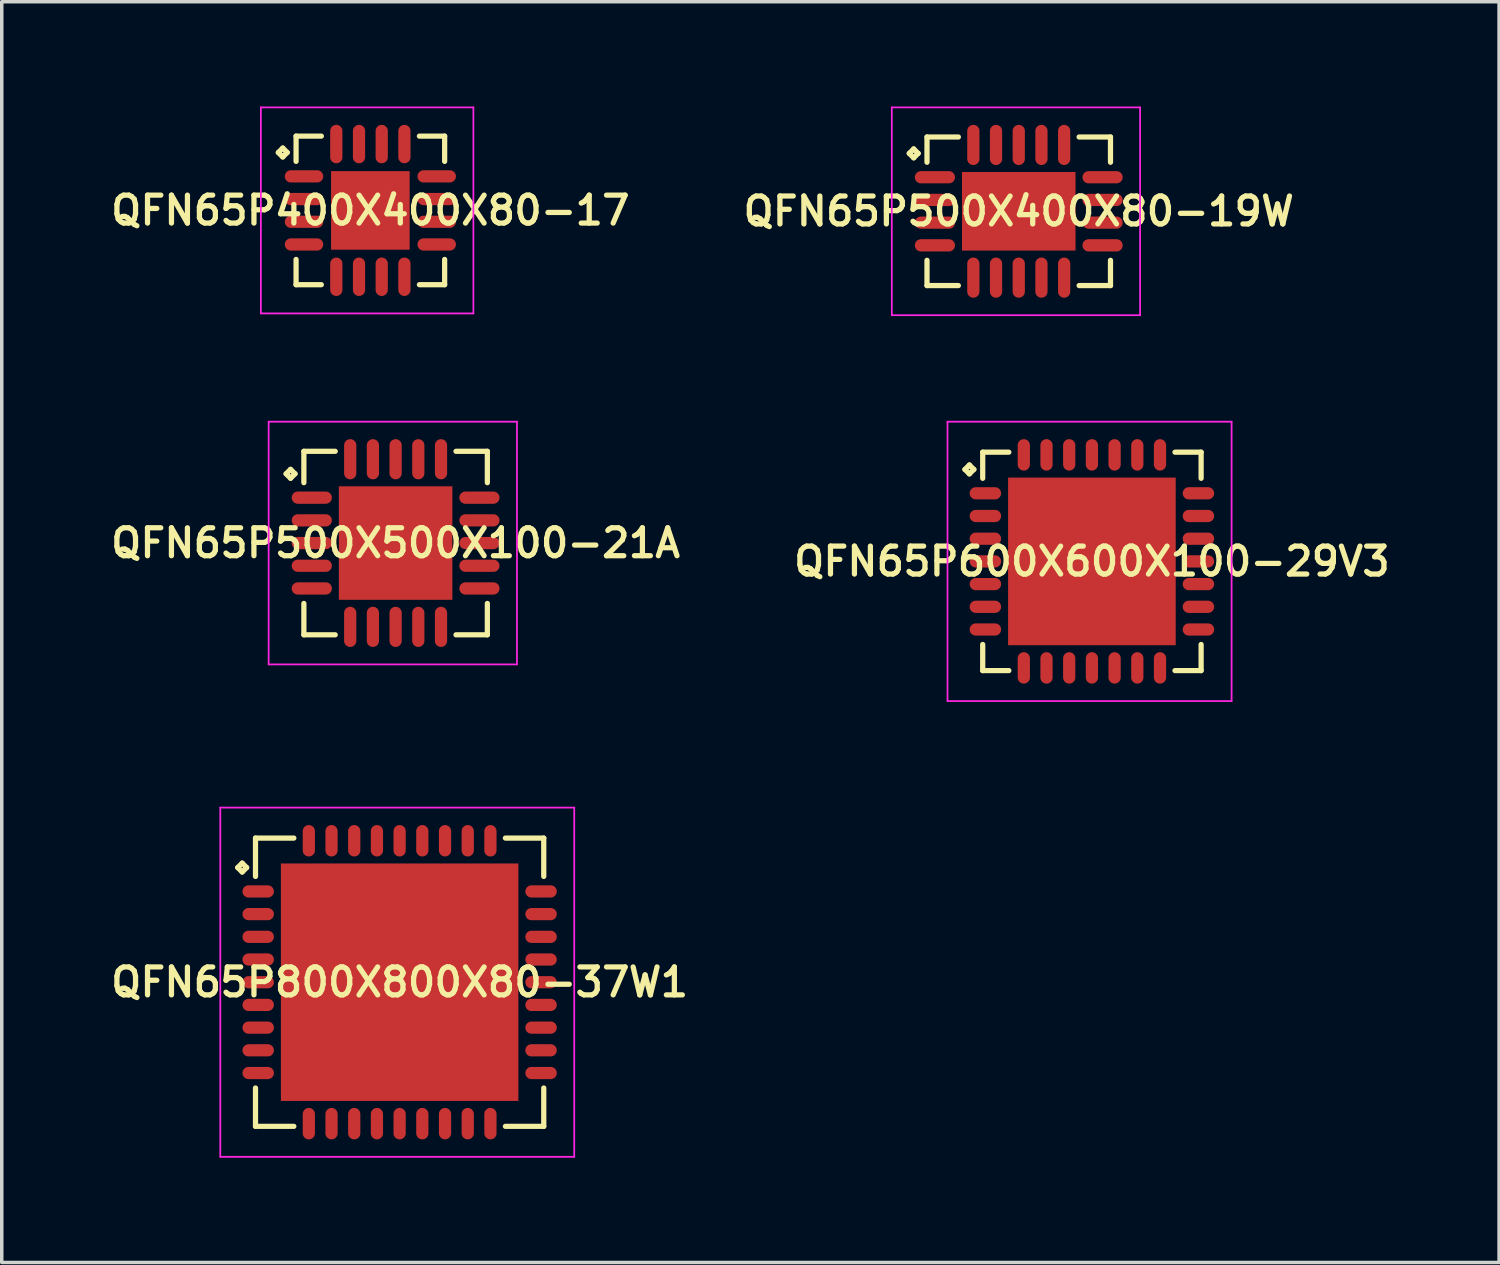
<source format=kicad_pcb>
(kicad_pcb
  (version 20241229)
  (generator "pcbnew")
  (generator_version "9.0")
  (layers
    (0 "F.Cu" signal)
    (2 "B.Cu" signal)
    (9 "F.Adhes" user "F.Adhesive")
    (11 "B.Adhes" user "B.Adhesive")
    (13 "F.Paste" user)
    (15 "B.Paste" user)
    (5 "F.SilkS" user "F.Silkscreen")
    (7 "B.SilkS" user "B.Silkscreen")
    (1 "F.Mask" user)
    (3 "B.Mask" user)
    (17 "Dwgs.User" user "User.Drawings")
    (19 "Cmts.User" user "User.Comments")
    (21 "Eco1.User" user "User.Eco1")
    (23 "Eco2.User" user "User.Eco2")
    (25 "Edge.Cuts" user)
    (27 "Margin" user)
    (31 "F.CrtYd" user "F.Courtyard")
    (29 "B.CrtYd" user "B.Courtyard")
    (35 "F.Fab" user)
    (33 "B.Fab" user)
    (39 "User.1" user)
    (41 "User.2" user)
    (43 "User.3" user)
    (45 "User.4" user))
  (footprint "QFN65P800X800X80-37W1"
    (layer "F.Cu")
    (at 8.393 25.075)
    (property "Reference" "QFN65P800X800X80-37W1" (at 0 0 0) (layer "F.SilkS") (effects (font (size 0.8 0.8) (thickness 0.15))))
    (attr smd)
    (fp_line (start -4.635 -3.283) (end -4.508 -3.41) (stroke (width 0.15) (type solid)) (layer "F.SilkS"))
    (fp_line (start -4.508 -3.41) (end -4.381 -3.283) (stroke (width 0.15) (type solid)) (layer "F.SilkS"))
    (fp_line (start -4.508 -3.156) (end -4.635 -3.283) (stroke (width 0.15) (type solid)) (layer "F.SilkS"))
    (fp_line (start -4.381 -3.283) (end -4.508 -3.156) (stroke (width 0.15) (type solid)) (layer "F.SilkS"))
    (fp_line (start -4.127 -4.127) (end -3.029 -4.127) (stroke (width 0.15) (type solid)) (layer "F.SilkS"))
    (fp_line (start -4.127 -3.029) (end -4.127 -4.127) (stroke (width 0.15) (type solid)) (layer "F.SilkS"))
    (fp_line (start -4.127 3.029) (end -4.127 4.127) (stroke (width 0.15) (type solid)) (layer "F.SilkS"))
    (fp_line (start -4.127 4.127) (end -3.029 4.127) (stroke (width 0.15) (type solid)) (layer "F.SilkS"))
    (fp_line (start 3.029 -4.127) (end 4.127 -4.127) (stroke (width 0.15) (type solid)) (layer "F.SilkS"))
    (fp_line (start 3.029 4.127) (end 4.127 4.127) (stroke (width 0.15) (type solid)) (layer "F.SilkS"))
    (fp_line (start 4.127 -4.127) (end 4.127 -3.029) (stroke (width 0.15) (type solid)) (layer "F.SilkS"))
    (fp_line (start 4.127 4.127) (end 4.127 3.029) (stroke (width 0.15) (type solid)) (layer "F.SilkS"))
    (fp_line (start -5.135 -5) (end 5 -5) (stroke (width 0.05) (type solid)) (layer "F.CrtYd"))
    (fp_line (start -5.135 5) (end -5.135 -5) (stroke (width 0.05) (type solid)) (layer "F.CrtYd"))
    (fp_line (start 5 -5) (end 5 5) (stroke (width 0.05) (type solid)) (layer "F.CrtYd"))
    (fp_line (start 5 5) (end -5.135 5) (stroke (width 0.05) (type solid)) (layer "F.CrtYd"))
    (pad "1" smd oval (at -4.05 -2.6) (size 0.9 0.35) (layers "F.Cu" "F.Mask" "F.Paste"))
    (pad "2" smd oval (at -4.05 -1.95) (size 0.9 0.35) (layers "F.Cu" "F.Mask" "F.Paste"))
    (pad "3" smd oval (at -4.05 -1.3) (size 0.9 0.35) (layers "F.Cu" "F.Mask" "F.Paste"))
    (pad "4" smd oval (at -4.05 -0.65) (size 0.9 0.35) (layers "F.Cu" "F.Mask" "F.Paste"))
    (pad "5" smd oval (at -4.05 0) (size 0.9 0.35) (layers "F.Cu" "F.Mask" "F.Paste"))
    (pad "6" smd oval (at -4.05 0.65) (size 0.9 0.35) (layers "F.Cu" "F.Mask" "F.Paste"))
    (pad "7" smd oval (at -4.05 1.3) (size 0.9 0.35) (layers "F.Cu" "F.Mask" "F.Paste"))
    (pad "8" smd oval (at -4.05 1.95) (size 0.9 0.35) (layers "F.Cu" "F.Mask" "F.Paste"))
    (pad "9" smd oval (at -4.05 2.6) (size 0.9 0.35) (layers "F.Cu" "F.Mask" "F.Paste"))
    (pad "10" smd oval (at -2.6 4.05) (size 0.35 0.9) (layers "F.Cu" "F.Mask" "F.Paste"))
    (pad "11" smd oval (at -1.95 4.05) (size 0.35 0.9) (layers "F.Cu" "F.Mask" "F.Paste"))
    (pad "12" smd oval (at -1.3 4.05) (size 0.35 0.9) (layers "F.Cu" "F.Mask" "F.Paste"))
    (pad "13" smd oval (at -0.65 4.05) (size 0.35 0.9) (layers "F.Cu" "F.Mask" "F.Paste"))
    (pad "14" smd oval (at 0 4.05) (size 0.35 0.9) (layers "F.Cu" "F.Mask" "F.Paste"))
    (pad "15" smd oval (at 0.65 4.05) (size 0.35 0.9) (layers "F.Cu" "F.Mask" "F.Paste"))
    (pad "16" smd oval (at 1.3 4.05) (size 0.35 0.9) (layers "F.Cu" "F.Mask" "F.Paste"))
    (pad "17" smd oval (at 1.95 4.05) (size 0.35 0.9) (layers "F.Cu" "F.Mask" "F.Paste"))
    (pad "18" smd oval (at 2.6 4.05) (size 0.35 0.9) (layers "F.Cu" "F.Mask" "F.Paste"))
    (pad "19" smd oval (at 4.05 2.6) (size 0.9 0.35) (layers "F.Cu" "F.Mask" "F.Paste"))
    (pad "20" smd oval (at 4.05 1.95) (size 0.9 0.35) (layers "F.Cu" "F.Mask" "F.Paste"))
    (pad "21" smd oval (at 4.05 1.3) (size 0.9 0.35) (layers "F.Cu" "F.Mask" "F.Paste"))
    (pad "22" smd oval (at 4.05 0.65) (size 0.9 0.35) (layers "F.Cu" "F.Mask" "F.Paste"))
    (pad "23" smd oval (at 4.05 0) (size 0.9 0.35) (layers "F.Cu" "F.Mask" "F.Paste"))
    (pad "24" smd oval (at 4.05 -0.65) (size 0.9 0.35) (layers "F.Cu" "F.Mask" "F.Paste"))
    (pad "25" smd oval (at 4.05 -1.3) (size 0.9 0.35) (layers "F.Cu" "F.Mask" "F.Paste"))
    (pad "26" smd oval (at 4.05 -1.95) (size 0.9 0.35) (layers "F.Cu" "F.Mask" "F.Paste"))
    (pad "27" smd oval (at 4.05 -2.6) (size 0.9 0.35) (layers "F.Cu" "F.Mask" "F.Paste"))
    (pad "28" smd oval (at 2.6 -4.05) (size 0.35 0.9) (layers "F.Cu" "F.Mask" "F.Paste"))
    (pad "29" smd oval (at 1.95 -4.05) (size 0.35 0.9) (layers "F.Cu" "F.Mask" "F.Paste"))
    (pad "30" smd oval (at 1.3 -4.05) (size 0.35 0.9) (layers "F.Cu" "F.Mask" "F.Paste"))
    (pad "31" smd oval (at 0.65 -4.05) (size 0.35 0.9) (layers "F.Cu" "F.Mask" "F.Paste"))
    (pad "32" smd oval (at 0 -4.05) (size 0.35 0.9) (layers "F.Cu" "F.Mask" "F.Paste"))
    (pad "33" smd oval (at -0.65 -4.05) (size 0.35 0.9) (layers "F.Cu" "F.Mask" "F.Paste"))
    (pad "34" smd oval (at -1.3 -4.05) (size 0.35 0.9) (layers "F.Cu" "F.Mask" "F.Paste"))
    (pad "35" smd oval (at -1.95 -4.05) (size 0.35 0.9) (layers "F.Cu" "F.Mask" "F.Paste"))
    (pad "36" smd oval (at -2.6 -4.05) (size 0.35 0.9) (layers "F.Cu" "F.Mask" "F.Paste"))
    (pad "37" smd rect (at 0 0) (size 6.8 6.8) (layers "F.Cu" "F.Mask" "F.Paste")))
  (footprint "QFN65P400X400X80-17"
    (layer "F.Cu")
    (at 7.555 2.975)
    (property "Reference" "QFN65P400X400X80-17" (at 0 0 0) (layer "F.SilkS") (effects (font (size 0.8 0.8) (thickness 0.15))))
    (attr smd)
    (fp_line (start -2.635 -1.658) (end -2.508 -1.785) (stroke (width 0.15) (type solid)) (layer "F.SilkS"))
    (fp_line (start -2.508 -1.785) (end -2.381 -1.658) (stroke (width 0.15) (type solid)) (layer "F.SilkS"))
    (fp_line (start -2.508 -1.531) (end -2.635 -1.658) (stroke (width 0.15) (type solid)) (layer "F.SilkS"))
    (fp_line (start -2.381 -1.658) (end -2.508 -1.531) (stroke (width 0.15) (type solid)) (layer "F.SilkS"))
    (fp_line (start -2.127 -2.127) (end -1.404 -2.127) (stroke (width 0.15) (type solid)) (layer "F.SilkS"))
    (fp_line (start -2.127 -1.404) (end -2.127 -2.127) (stroke (width 0.15) (type solid)) (layer "F.SilkS"))
    (fp_line (start -2.127 1.404) (end -2.127 2.127) (stroke (width 0.15) (type solid)) (layer "F.SilkS"))
    (fp_line (start -2.127 2.127) (end -1.404 2.127) (stroke (width 0.15) (type solid)) (layer "F.SilkS"))
    (fp_line (start 1.404 -2.127) (end 2.127 -2.127) (stroke (width 0.15) (type solid)) (layer "F.SilkS"))
    (fp_line (start 1.404 2.127) (end 2.127 2.127) (stroke (width 0.15) (type solid)) (layer "F.SilkS"))
    (fp_line (start 2.127 -2.127) (end 2.127 -1.404) (stroke (width 0.15) (type solid)) (layer "F.SilkS"))
    (fp_line (start 2.127 2.127) (end 2.127 1.404) (stroke (width 0.15) (type solid)) (layer "F.SilkS"))
    (fp_line (start -3.135 -2.95) (end 2.95 -2.95) (stroke (width 0.05) (type solid)) (layer "F.CrtYd"))
    (fp_line (start -3.135 2.95) (end -3.135 -2.95) (stroke (width 0.05) (type solid)) (layer "F.CrtYd"))
    (fp_line (start 2.95 -2.95) (end 2.95 2.95) (stroke (width 0.05) (type solid)) (layer "F.CrtYd"))
    (fp_line (start 2.95 2.95) (end -3.135 2.95) (stroke (width 0.05) (type solid)) (layer "F.CrtYd"))
    (pad "1" smd oval (at -1.9 -0.975) (size 1.1 0.35) (layers "F.Cu" "F.Mask" "F.Paste"))
    (pad "2" smd oval (at -1.9 -0.325) (size 1.1 0.35) (layers "F.Cu" "F.Mask" "F.Paste"))
    (pad "3" smd oval (at -1.9 0.325) (size 1.1 0.35) (layers "F.Cu" "F.Mask" "F.Paste"))
    (pad "4" smd oval (at -1.9 0.975) (size 1.1 0.35) (layers "F.Cu" "F.Mask" "F.Paste"))
    (pad "5" smd oval (at -0.975 1.9) (size 0.35 1.1) (layers "F.Cu" "F.Mask" "F.Paste"))
    (pad "6" smd oval (at -0.325 1.9) (size 0.35 1.1) (layers "F.Cu" "F.Mask" "F.Paste"))
    (pad "7" smd oval (at 0.325 1.9) (size 0.35 1.1) (layers "F.Cu" "F.Mask" "F.Paste"))
    (pad "8" smd oval (at 0.975 1.9) (size 0.35 1.1) (layers "F.Cu" "F.Mask" "F.Paste"))
    (pad "9" smd oval (at 1.9 0.975) (size 1.1 0.35) (layers "F.Cu" "F.Mask" "F.Paste"))
    (pad "10" smd oval (at 1.9 0.325) (size 1.1 0.35) (layers "F.Cu" "F.Mask" "F.Paste"))
    (pad "11" smd oval (at 1.9 -0.325) (size 1.1 0.35) (layers "F.Cu" "F.Mask" "F.Paste"))
    (pad "12" smd oval (at 1.9 -0.975) (size 1.1 0.35) (layers "F.Cu" "F.Mask" "F.Paste"))
    (pad "13" smd oval (at 0.975 -1.9) (size 0.35 1.1) (layers "F.Cu" "F.Mask" "F.Paste"))
    (pad "14" smd oval (at 0.325 -1.9) (size 0.35 1.1) (layers "F.Cu" "F.Mask" "F.Paste"))
    (pad "15" smd oval (at -0.325 -1.9) (size 0.35 1.1) (layers "F.Cu" "F.Mask" "F.Paste"))
    (pad "16" smd oval (at -0.975 -1.9) (size 0.35 1.1) (layers "F.Cu" "F.Mask" "F.Paste"))
    (pad "17" smd rect (at 0 0) (size 2.25 2.25) (layers "F.Cu" "F.Mask" "F.Paste")))
  (footprint "QFN65P500X500X100-21A"
    (layer "F.Cu")
    (at 8.278 12.5)
    (property "Reference" "QFN65P500X500X100-21A" (at 0 0 0) (layer "F.SilkS") (effects (font (size 0.8 0.8) (thickness 0.15))))
    (attr smd)
    (fp_line (start -3.135 -1.983) (end -3.008 -2.11) (stroke (width 0.15) (type solid)) (layer "F.SilkS"))
    (fp_line (start -3.008 -2.11) (end -2.881 -1.983) (stroke (width 0.15) (type solid)) (layer "F.SilkS"))
    (fp_line (start -3.008 -1.856) (end -3.135 -1.983) (stroke (width 0.15) (type solid)) (layer "F.SilkS"))
    (fp_line (start -2.881 -1.983) (end -3.008 -1.856) (stroke (width 0.15) (type solid)) (layer "F.SilkS"))
    (fp_line (start -2.627 -2.627) (end -1.729 -2.627) (stroke (width 0.15) (type solid)) (layer "F.SilkS"))
    (fp_line (start -2.627 -1.729) (end -2.627 -2.627) (stroke (width 0.15) (type solid)) (layer "F.SilkS"))
    (fp_line (start -2.627 1.729) (end -2.627 2.627) (stroke (width 0.15) (type solid)) (layer "F.SilkS"))
    (fp_line (start -2.627 2.627) (end -1.729 2.627) (stroke (width 0.15) (type solid)) (layer "F.SilkS"))
    (fp_line (start 1.729 -2.627) (end 2.627 -2.627) (stroke (width 0.15) (type solid)) (layer "F.SilkS"))
    (fp_line (start 1.729 2.627) (end 2.627 2.627) (stroke (width 0.15) (type solid)) (layer "F.SilkS"))
    (fp_line (start 2.627 -2.627) (end 2.627 -1.729) (stroke (width 0.15) (type solid)) (layer "F.SilkS"))
    (fp_line (start 2.627 2.627) (end 2.627 1.729) (stroke (width 0.15) (type solid)) (layer "F.SilkS"))
    (fp_line (start -3.635 -3.475) (end 3.475 -3.475) (stroke (width 0.05) (type solid)) (layer "F.CrtYd"))
    (fp_line (start -3.635 3.475) (end -3.635 -3.475) (stroke (width 0.05) (type solid)) (layer "F.CrtYd"))
    (fp_line (start 3.475 -3.475) (end 3.475 3.475) (stroke (width 0.05) (type solid)) (layer "F.CrtYd"))
    (fp_line (start 3.475 3.475) (end -3.635 3.475) (stroke (width 0.05) (type solid)) (layer "F.CrtYd"))
    (pad "1" smd oval (at -2.4 -1.3) (size 1.15 0.35) (layers "F.Cu" "F.Mask" "F.Paste"))
    (pad "2" smd oval (at -2.4 -0.65) (size 1.15 0.35) (layers "F.Cu" "F.Mask" "F.Paste"))
    (pad "3" smd oval (at -2.4 0) (size 1.15 0.35) (layers "F.Cu" "F.Mask" "F.Paste"))
    (pad "4" smd oval (at -2.4 0.65) (size 1.15 0.35) (layers "F.Cu" "F.Mask" "F.Paste"))
    (pad "5" smd oval (at -2.4 1.3) (size 1.15 0.35) (layers "F.Cu" "F.Mask" "F.Paste"))
    (pad "6" smd oval (at -1.3 2.4) (size 0.35 1.15) (layers "F.Cu" "F.Mask" "F.Paste"))
    (pad "7" smd oval (at -0.65 2.4) (size 0.35 1.15) (layers "F.Cu" "F.Mask" "F.Paste"))
    (pad "8" smd oval (at 0 2.4) (size 0.35 1.15) (layers "F.Cu" "F.Mask" "F.Paste"))
    (pad "9" smd oval (at 0.65 2.4) (size 0.35 1.15) (layers "F.Cu" "F.Mask" "F.Paste"))
    (pad "10" smd oval (at 1.3 2.4) (size 0.35 1.15) (layers "F.Cu" "F.Mask" "F.Paste"))
    (pad "11" smd oval (at 2.4 1.3) (size 1.15 0.35) (layers "F.Cu" "F.Mask" "F.Paste"))
    (pad "12" smd oval (at 2.4 0.65) (size 1.15 0.35) (layers "F.Cu" "F.Mask" "F.Paste"))
    (pad "13" smd oval (at 2.4 0) (size 1.15 0.35) (layers "F.Cu" "F.Mask" "F.Paste"))
    (pad "14" smd oval (at 2.4 -0.65) (size 1.15 0.35) (layers "F.Cu" "F.Mask" "F.Paste"))
    (pad "15" smd oval (at 2.4 -1.3) (size 1.15 0.35) (layers "F.Cu" "F.Mask" "F.Paste"))
    (pad "16" smd oval (at 1.3 -2.4) (size 0.35 1.15) (layers "F.Cu" "F.Mask" "F.Paste"))
    (pad "17" smd oval (at 0.65 -2.4) (size 0.35 1.15) (layers "F.Cu" "F.Mask" "F.Paste"))
    (pad "18" smd oval (at 0 -2.4) (size 0.35 1.15) (layers "F.Cu" "F.Mask" "F.Paste"))
    (pad "19" smd oval (at -0.65 -2.4) (size 0.35 1.15) (layers "F.Cu" "F.Mask" "F.Paste"))
    (pad "20" smd oval (at -1.3 -2.4) (size 0.35 1.15) (layers "F.Cu" "F.Mask" "F.Paste"))
    (pad "21" smd rect (at 0 0) (size 3.25 3.25) (layers "F.Cu" "F.Mask" "F.Paste")))
  (footprint "QFN65P600X600X100-29V3"
    (layer "F.Cu")
    (at 28.216 13.025)
    (property "Reference" "QFN65P600X600X100-29V3" (at 0 0 0) (layer "F.SilkS") (effects (font (size 0.8 0.8) (thickness 0.15))))
    (attr smd)
    (fp_line (start -3.635 -2.633) (end -3.508 -2.76) (stroke (width 0.15) (type solid)) (layer "F.SilkS"))
    (fp_line (start -3.508 -2.76) (end -3.381 -2.633) (stroke (width 0.15) (type solid)) (layer "F.SilkS"))
    (fp_line (start -3.508 -2.506) (end -3.635 -2.633) (stroke (width 0.15) (type solid)) (layer "F.SilkS"))
    (fp_line (start -3.381 -2.633) (end -3.508 -2.506) (stroke (width 0.15) (type solid)) (layer "F.SilkS"))
    (fp_line (start -3.127 -3.127) (end -2.379 -3.127) (stroke (width 0.15) (type solid)) (layer "F.SilkS"))
    (fp_line (start -3.127 -2.379) (end -3.127 -3.127) (stroke (width 0.15) (type solid)) (layer "F.SilkS"))
    (fp_line (start -3.127 2.379) (end -3.127 3.127) (stroke (width 0.15) (type solid)) (layer "F.SilkS"))
    (fp_line (start -3.127 3.127) (end -2.379 3.127) (stroke (width 0.15) (type solid)) (layer "F.SilkS"))
    (fp_line (start 2.379 -3.127) (end 3.127 -3.127) (stroke (width 0.15) (type solid)) (layer "F.SilkS"))
    (fp_line (start 2.379 3.127) (end 3.127 3.127) (stroke (width 0.15) (type solid)) (layer "F.SilkS"))
    (fp_line (start 3.127 -3.127) (end 3.127 -2.379) (stroke (width 0.15) (type solid)) (layer "F.SilkS"))
    (fp_line (start 3.127 3.127) (end 3.127 2.379) (stroke (width 0.15) (type solid)) (layer "F.SilkS"))
    (fp_line (start -4.135 -4) (end 4 -4) (stroke (width 0.05) (type solid)) (layer "F.CrtYd"))
    (fp_line (start -4.135 4) (end -4.135 -4) (stroke (width 0.05) (type solid)) (layer "F.CrtYd"))
    (fp_line (start 4 -4) (end 4 4) (stroke (width 0.05) (type solid)) (layer "F.CrtYd"))
    (fp_line (start 4 4) (end -4.135 4) (stroke (width 0.05) (type solid)) (layer "F.CrtYd"))
    (pad "1" smd oval (at -3.05 -1.95) (size 0.9 0.35) (layers "F.Cu" "F.Mask" "F.Paste"))
    (pad "2" smd oval (at -3.05 -1.3) (size 0.9 0.35) (layers "F.Cu" "F.Mask" "F.Paste"))
    (pad "3" smd oval (at -3.05 -0.65) (size 0.9 0.35) (layers "F.Cu" "F.Mask" "F.Paste"))
    (pad "4" smd oval (at -3.05 0) (size 0.9 0.35) (layers "F.Cu" "F.Mask" "F.Paste"))
    (pad "5" smd oval (at -3.05 0.65) (size 0.9 0.35) (layers "F.Cu" "F.Mask" "F.Paste"))
    (pad "6" smd oval (at -3.05 1.3) (size 0.9 0.35) (layers "F.Cu" "F.Mask" "F.Paste"))
    (pad "7" smd oval (at -3.05 1.95) (size 0.9 0.35) (layers "F.Cu" "F.Mask" "F.Paste"))
    (pad "8" smd oval (at -1.95 3.05) (size 0.35 0.9) (layers "F.Cu" "F.Mask" "F.Paste"))
    (pad "9" smd oval (at -1.3 3.05) (size 0.35 0.9) (layers "F.Cu" "F.Mask" "F.Paste"))
    (pad "10" smd oval (at -0.65 3.05) (size 0.35 0.9) (layers "F.Cu" "F.Mask" "F.Paste"))
    (pad "11" smd oval (at 0 3.05) (size 0.35 0.9) (layers "F.Cu" "F.Mask" "F.Paste"))
    (pad "12" smd oval (at 0.65 3.05) (size 0.35 0.9) (layers "F.Cu" "F.Mask" "F.Paste"))
    (pad "13" smd oval (at 1.3 3.05) (size 0.35 0.9) (layers "F.Cu" "F.Mask" "F.Paste"))
    (pad "14" smd oval (at 1.95 3.05) (size 0.35 0.9) (layers "F.Cu" "F.Mask" "F.Paste"))
    (pad "15" smd oval (at 3.05 1.95) (size 0.9 0.35) (layers "F.Cu" "F.Mask" "F.Paste"))
    (pad "16" smd oval (at 3.05 1.3) (size 0.9 0.35) (layers "F.Cu" "F.Mask" "F.Paste"))
    (pad "17" smd oval (at 3.05 0.65) (size 0.9 0.35) (layers "F.Cu" "F.Mask" "F.Paste"))
    (pad "18" smd oval (at 3.05 0) (size 0.9 0.35) (layers "F.Cu" "F.Mask" "F.Paste"))
    (pad "19" smd oval (at 3.05 -0.65) (size 0.9 0.35) (layers "F.Cu" "F.Mask" "F.Paste"))
    (pad "20" smd oval (at 3.05 -1.3) (size 0.9 0.35) (layers "F.Cu" "F.Mask" "F.Paste"))
    (pad "21" smd oval (at 3.05 -1.95) (size 0.9 0.35) (layers "F.Cu" "F.Mask" "F.Paste"))
    (pad "22" smd oval (at 1.95 -3.05) (size 0.35 0.9) (layers "F.Cu" "F.Mask" "F.Paste"))
    (pad "23" smd oval (at 1.3 -3.05) (size 0.35 0.9) (layers "F.Cu" "F.Mask" "F.Paste"))
    (pad "24" smd oval (at 0.65 -3.05) (size 0.35 0.9) (layers "F.Cu" "F.Mask" "F.Paste"))
    (pad "25" smd oval (at 0 -3.05) (size 0.35 0.9) (layers "F.Cu" "F.Mask" "F.Paste"))
    (pad "26" smd oval (at -0.65 -3.05) (size 0.35 0.9) (layers "F.Cu" "F.Mask" "F.Paste"))
    (pad "27" smd oval (at -1.3 -3.05) (size 0.35 0.9) (layers "F.Cu" "F.Mask" "F.Paste"))
    (pad "28" smd oval (at -1.95 -3.05) (size 0.35 0.9) (layers "F.Cu" "F.Mask" "F.Paste"))
    (pad "29" smd rect (at 0 0) (size 4.8 4.8) (layers "F.Cu" "F.Mask" "F.Paste")))
  (footprint "QFN65P500X400X80-19W"
    (layer "F.Cu")
    (at 26.121 3)
    (property "Reference" "QFN65P500X400X80-19W" (at 0 0 0) (layer "F.SilkS") (effects (font (size 0.8 0.8) (thickness 0.15))))
    (attr smd)
    (fp_line (start -3.135 -1.658) (end -3.008 -1.785) (stroke (width 0.15) (type solid)) (layer "F.SilkS"))
    (fp_line (start -3.008 -1.785) (end -2.881 -1.658) (stroke (width 0.15) (type solid)) (layer "F.SilkS"))
    (fp_line (start -3.008 -1.531) (end -3.135 -1.658) (stroke (width 0.15) (type solid)) (layer "F.SilkS"))
    (fp_line (start -2.881 -1.658) (end -3.008 -1.531) (stroke (width 0.15) (type solid)) (layer "F.SilkS"))
    (fp_line (start -2.627 -2.127) (end -1.729 -2.127) (stroke (width 0.15) (type solid)) (layer "F.SilkS"))
    (fp_line (start -2.627 -1.404) (end -2.627 -2.127) (stroke (width 0.15) (type solid)) (layer "F.SilkS"))
    (fp_line (start -2.627 1.404) (end -2.627 2.127) (stroke (width 0.15) (type solid)) (layer "F.SilkS"))
    (fp_line (start -2.627 2.127) (end -1.729 2.127) (stroke (width 0.15) (type solid)) (layer "F.SilkS"))
    (fp_line (start 1.729 -2.127) (end 2.627 -2.127) (stroke (width 0.15) (type solid)) (layer "F.SilkS"))
    (fp_line (start 1.729 2.127) (end 2.627 2.127) (stroke (width 0.15) (type solid)) (layer "F.SilkS"))
    (fp_line (start 2.627 -2.127) (end 2.627 -1.404) (stroke (width 0.15) (type solid)) (layer "F.SilkS"))
    (fp_line (start 2.627 2.127) (end 2.627 1.404) (stroke (width 0.15) (type solid)) (layer "F.SilkS"))
    (fp_line (start -3.635 -2.975) (end 3.475 -2.975) (stroke (width 0.05) (type solid)) (layer "F.CrtYd"))
    (fp_line (start -3.635 2.975) (end -3.635 -2.975) (stroke (width 0.05) (type solid)) (layer "F.CrtYd"))
    (fp_line (start 3.475 -2.975) (end 3.475 2.975) (stroke (width 0.05) (type solid)) (layer "F.CrtYd"))
    (fp_line (start 3.475 2.975) (end -3.635 2.975) (stroke (width 0.05) (type solid)) (layer "F.CrtYd"))
    (pad "1" smd oval (at -2.4 -0.975) (size 1.15 0.35) (layers "F.Cu" "F.Mask" "F.Paste"))
    (pad "2" smd oval (at -2.4 -0.325) (size 1.15 0.35) (layers "F.Cu" "F.Mask" "F.Paste"))
    (pad "3" smd oval (at -2.4 0.325) (size 1.15 0.35) (layers "F.Cu" "F.Mask" "F.Paste"))
    (pad "4" smd oval (at -2.4 0.975) (size 1.15 0.35) (layers "F.Cu" "F.Mask" "F.Paste"))
    (pad "5" smd oval (at -1.3 1.9) (size 0.35 1.15) (layers "F.Cu" "F.Mask" "F.Paste"))
    (pad "6" smd oval (at -0.65 1.9) (size 0.35 1.15) (layers "F.Cu" "F.Mask" "F.Paste"))
    (pad "7" smd oval (at 0 1.9) (size 0.35 1.15) (layers "F.Cu" "F.Mask" "F.Paste"))
    (pad "8" smd oval (at 0.65 1.9) (size 0.35 1.15) (layers "F.Cu" "F.Mask" "F.Paste"))
    (pad "9" smd oval (at 1.3 1.9) (size 0.35 1.15) (layers "F.Cu" "F.Mask" "F.Paste"))
    (pad "10" smd oval (at 2.4 0.975) (size 1.15 0.35) (layers "F.Cu" "F.Mask" "F.Paste"))
    (pad "11" smd oval (at 2.4 0.325) (size 1.15 0.35) (layers "F.Cu" "F.Mask" "F.Paste"))
    (pad "12" smd oval (at 2.4 -0.325) (size 1.15 0.35) (layers "F.Cu" "F.Mask" "F.Paste"))
    (pad "13" smd oval (at 2.4 -0.975) (size 1.15 0.35) (layers "F.Cu" "F.Mask" "F.Paste"))
    (pad "14" smd oval (at 1.3 -1.9) (size 0.35 1.15) (layers "F.Cu" "F.Mask" "F.Paste"))
    (pad "15" smd oval (at 0.65 -1.9) (size 0.35 1.15) (layers "F.Cu" "F.Mask" "F.Paste"))
    (pad "16" smd oval (at 0 -1.9) (size 0.35 1.15) (layers "F.Cu" "F.Mask" "F.Paste"))
    (pad "17" smd oval (at -0.65 -1.9) (size 0.35 1.15) (layers "F.Cu" "F.Mask" "F.Paste"))
    (pad "18" smd oval (at -1.3 -1.9) (size 0.35 1.15) (layers "F.Cu" "F.Mask" "F.Paste"))
    (pad "19" smd rect (at 0 0) (size 3.25 2.25) (layers "F.Cu" "F.Mask" "F.Paste")))
  (gr_rect
    (start -3 -3)
    (end 39.875 33.1)
    (stroke (width 0.1) (type default))
    (fill no)
    (layer "Edge.Cuts")))
</source>
